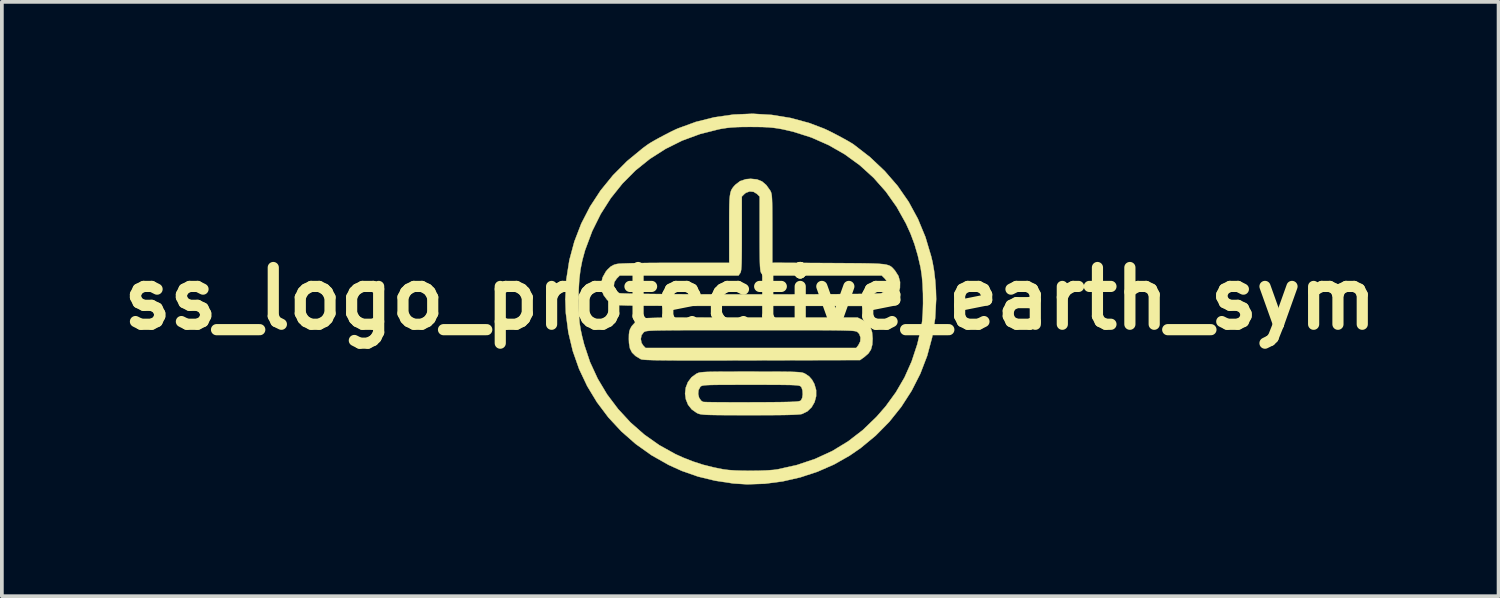
<source format=kicad_pcb>
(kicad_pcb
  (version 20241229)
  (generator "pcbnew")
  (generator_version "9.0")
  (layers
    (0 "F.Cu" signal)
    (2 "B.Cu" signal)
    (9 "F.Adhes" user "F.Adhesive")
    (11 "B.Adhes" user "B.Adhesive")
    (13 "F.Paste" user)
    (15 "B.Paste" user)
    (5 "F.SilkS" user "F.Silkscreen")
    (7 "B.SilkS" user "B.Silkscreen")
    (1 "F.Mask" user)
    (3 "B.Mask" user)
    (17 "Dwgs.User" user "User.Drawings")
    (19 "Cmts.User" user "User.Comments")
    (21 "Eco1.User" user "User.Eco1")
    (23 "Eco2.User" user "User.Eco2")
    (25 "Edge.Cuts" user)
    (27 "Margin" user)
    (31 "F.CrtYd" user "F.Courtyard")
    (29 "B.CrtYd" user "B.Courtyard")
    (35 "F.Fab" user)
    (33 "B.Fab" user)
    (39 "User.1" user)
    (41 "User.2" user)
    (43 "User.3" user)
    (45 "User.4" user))
  (footprint "ss_logo_protective_earth_sym"
    (layer "F.Cu")
    (at 17.098 4.969)
    (property "Reference" "ss_logo_protective_earth_sym" (at 0 0 0) (layer "F.SilkS") (effects (font (size 1.524 1.524) (thickness 0.3))))
    (attr through_hole)
    (fp_poly (pts (xy 3.008 0.569) (xy 3.137 0.65) (xy 3.224 0.759) (xy 3.272 0.901) (xy 3.287 1.074) (xy 3.277 1.241) (xy 3.242 1.369) (xy 3.175 1.472) (xy 3.07 1.564) (xy 3.066 1.567) (xy 2.949 1.651) (xy 0.042 1.658) (xy -0.435 1.659) (xy -0.859 1.66) (xy -1.233 1.66) (xy -1.56 1.66) (xy -1.842 1.66) (xy -2.084 1.659) (xy -2.289 1.657) (xy -2.459 1.655) (xy -2.597 1.653) (xy -2.708 1.649) (xy -2.793 1.646) (xy -2.856 1.641) (xy -2.9 1.636) (xy -2.929 1.63) (xy -2.942 1.625) (xy -3.081 1.54) (xy -3.174 1.449) (xy -3.23 1.338) (xy -3.255 1.196) (xy -3.259 1.087) (xy -3.259 1.084) (xy -2.939 1.084) (xy -2.92 1.187) (xy -2.874 1.261) (xy -2.812 1.326) (xy 2.846 1.326) (xy 2.905 1.252) (xy 2.955 1.152) (xy 2.963 1.046) (xy 2.93 0.951) (xy 2.889 0.905) (xy 2.876 0.896) (xy 2.861 0.887) (xy 2.841 0.88) (xy 2.812 0.873) (xy 2.771 0.868) (xy 2.714 0.863) (xy 2.638 0.859) (xy 2.54 0.856) (xy 2.417 0.853) (xy 2.265 0.851) (xy 2.08 0.849) (xy 1.86 0.848) (xy 1.6 0.848) (xy 1.299 0.847) (xy 0.951 0.847) (xy 0.555 0.847) (xy 0.106 0.847) (xy 0.014 0.847) (xy -0.445 0.847) (xy -0.851 0.847) (xy -1.208 0.847) (xy -1.518 0.847) (xy -1.785 0.848) (xy -2.013 0.849) (xy -2.204 0.851) (xy -2.362 0.853) (xy -2.491 0.855) (xy -2.593 0.858) (xy -2.673 0.862) (xy -2.733 0.867) (xy -2.777 0.872) (xy -2.808 0.878) (xy -2.83 0.886) (xy -2.845 0.894) (xy -2.858 0.903) (xy -2.861 0.905) (xy -2.919 0.983) (xy -2.939 1.084) (xy -3.259 1.084) (xy -3.257 0.966) (xy -3.247 0.883) (xy -3.225 0.817) (xy -3.187 0.749) (xy -3.181 0.739) (xy -3.079 0.625) (xy -2.974 0.563) (xy -2.951 0.554) (xy -2.926 0.546) (xy -2.895 0.539) (xy -2.855 0.533) (xy -2.801 0.528) (xy -2.731 0.523) (xy -2.641 0.52) (xy -2.529 0.517) (xy -2.39 0.514) (xy -2.221 0.512) (xy -2.019 0.511) (xy -1.78 0.51) (xy -1.502 0.509) (xy -1.18 0.508) (xy -0.811 0.508) (xy -0.392 0.508) (xy 0.017 0.508) (xy 2.879 0.508) (xy 3.008 0.569)) (stroke (width 0.01) (type solid)) (fill yes) (layer "F.SilkS"))
    (fp_poly (pts (xy 0.327 1.962) (xy 0.588 1.962) (xy 0.804 1.963) (xy 0.978 1.965) (xy 1.115 1.967) (xy 1.222 1.971) (xy 1.302 1.976) (xy 1.361 1.982) (xy 1.404 1.99) (xy 1.436 2) (xy 1.462 2.012) (xy 1.468 2.014) (xy 1.58 2.088) (xy 1.66 2.179) (xy 1.723 2.294) (xy 1.77 2.457) (xy 1.77 2.622) (xy 1.728 2.78) (xy 1.648 2.919) (xy 1.534 3.029) (xy 1.393 3.098) (xy 1.345 3.107) (xy 1.263 3.114) (xy 1.145 3.12) (xy 0.987 3.125) (xy 0.785 3.128) (xy 0.536 3.13) (xy 0.237 3.131) (xy -0.017 3.131) (xy -0.322 3.131) (xy -0.575 3.13) (xy -0.783 3.129) (xy -0.949 3.127) (xy -1.081 3.124) (xy -1.182 3.121) (xy -1.259 3.115) (xy -1.316 3.108) (xy -1.359 3.1) (xy -1.393 3.089) (xy -1.424 3.076) (xy -1.434 3.071) (xy -1.57 2.976) (xy -1.669 2.851) (xy -1.728 2.704) (xy -1.747 2.563) (xy -1.398 2.563) (xy -1.373 2.663) (xy -1.319 2.742) (xy -1.269 2.774) (xy -1.233 2.777) (xy -1.147 2.78) (xy -1.015 2.782) (xy -0.845 2.784) (xy -0.642 2.785) (xy -0.412 2.786) (xy -0.16 2.786) (xy 0.044 2.785) (xy 0.348 2.784) (xy 0.6 2.782) (xy 0.805 2.78) (xy 0.969 2.777) (xy 1.096 2.774) (xy 1.192 2.769) (xy 1.261 2.764) (xy 1.309 2.757) (xy 1.339 2.748) (xy 1.358 2.737) (xy 1.364 2.733) (xy 1.397 2.666) (xy 1.411 2.571) (xy 1.405 2.47) (xy 1.38 2.388) (xy 1.364 2.366) (xy 1.351 2.354) (xy 1.33 2.344) (xy 1.298 2.335) (xy 1.25 2.329) (xy 1.18 2.324) (xy 1.083 2.32) (xy 0.955 2.318) (xy 0.791 2.316) (xy 0.585 2.315) (xy 0.333 2.314) (xy 0.029 2.314) (xy 0.014 2.314) (xy -0.291 2.314) (xy -0.544 2.315) (xy -0.751 2.315) (xy -0.917 2.317) (xy -1.046 2.319) (xy -1.144 2.323) (xy -1.215 2.327) (xy -1.264 2.334) (xy -1.298 2.342) (xy -1.319 2.352) (xy -1.335 2.364) (xy -1.343 2.374) (xy -1.389 2.46) (xy -1.398 2.563) (xy -1.747 2.563) (xy -1.749 2.546) (xy -1.73 2.389) (xy -1.672 2.241) (xy -1.575 2.113) (xy -1.453 2.023) (xy -1.426 2.009) (xy -1.398 1.997) (xy -1.363 1.987) (xy -1.318 1.98) (xy -1.255 1.974) (xy -1.171 1.969) (xy -1.061 1.966) (xy -0.918 1.964) (xy -0.739 1.962) (xy -0.518 1.962) (xy -0.249 1.961) (xy 0.014 1.961) (xy 0.327 1.962)) (stroke (width 0.01) (type solid)) (fill yes) (layer "F.SilkS"))
    (fp_poly (pts (xy 0.181 -3.201) (xy 0.316 -3.147) (xy 0.431 -3.049) (xy 0.533 -2.907) (xy 0.549 -2.878) (xy 0.562 -2.846) (xy 0.572 -2.805) (xy 0.58 -2.749) (xy 0.585 -2.671) (xy 0.589 -2.566) (xy 0.591 -2.426) (xy 0.592 -2.245) (xy 0.593 -2.018) (xy 0.593 -1.885) (xy 0.593 -0.962) (xy 2.11 -0.954) (xy 2.451 -0.952) (xy 2.74 -0.95) (xy 2.982 -0.948) (xy 3.183 -0.945) (xy 3.345 -0.94) (xy 3.475 -0.933) (xy 3.577 -0.924) (xy 3.655 -0.911) (xy 3.715 -0.894) (xy 3.761 -0.874) (xy 3.798 -0.848) (xy 3.83 -0.817) (xy 3.863 -0.78) (xy 3.889 -0.75) (xy 3.981 -0.606) (xy 4.024 -0.447) (xy 4.021 -0.284) (xy 3.974 -0.127) (xy 3.884 0.012) (xy 3.753 0.123) (xy 3.736 0.134) (xy 3.627 0.197) (xy 0.014 0.196) (xy -0.512 0.196) (xy -0.985 0.195) (xy -1.407 0.195) (xy -1.781 0.195) (xy -2.111 0.194) (xy -2.399 0.193) (xy -2.649 0.192) (xy -2.863 0.191) (xy -3.044 0.189) (xy -3.195 0.186) (xy -3.319 0.184) (xy -3.42 0.18) (xy -3.499 0.177) (xy -3.56 0.172) (xy -3.607 0.167) (xy -3.641 0.162) (xy -3.666 0.156) (xy -3.685 0.149) (xy -3.697 0.143) (xy -3.839 0.038) (xy -3.938 -0.095) (xy -3.993 -0.247) (xy -3.998 -0.339) (xy -3.663 -0.339) (xy -3.625 -0.242) (xy -3.537 -0.159) (xy -3.514 -0.146) (xy -3.477 -0.141) (xy -3.389 -0.137) (xy -3.252 -0.133) (xy -3.072 -0.129) (xy -2.852 -0.126) (xy -2.596 -0.123) (xy -2.309 -0.12) (xy -1.995 -0.118) (xy -1.659 -0.116) (xy -1.303 -0.115) (xy -0.933 -0.113) (xy -0.553 -0.113) (xy -0.167 -0.112) (xy 0.221 -0.112) (xy 0.607 -0.112) (xy 0.986 -0.113) (xy 1.354 -0.114) (xy 1.708 -0.115) (xy 2.042 -0.117) (xy 2.353 -0.119) (xy 2.636 -0.122) (xy 2.888 -0.124) (xy 3.104 -0.128) (xy 3.279 -0.131) (xy 3.411 -0.135) (xy 3.493 -0.139) (xy 3.522 -0.143) (xy 3.622 -0.203) (xy 3.68 -0.289) (xy 3.691 -0.389) (xy 3.654 -0.49) (xy 3.615 -0.538) (xy 3.532 -0.621) (xy 0.342 -0.621) (xy 0.298 -0.684) (xy 0.286 -0.707) (xy 0.277 -0.744) (xy 0.269 -0.799) (xy 0.263 -0.879) (xy 0.259 -0.989) (xy 0.257 -1.135) (xy 0.255 -1.322) (xy 0.254 -1.557) (xy 0.254 -1.743) (xy 0.254 -2.74) (xy 0.185 -2.809) (xy 0.09 -2.868) (xy -0.016 -2.878) (xy -0.118 -2.841) (xy -0.157 -2.809) (xy -0.226 -2.74) (xy -0.226 -1.743) (xy -0.226 -1.474) (xy -0.227 -1.256) (xy -0.229 -1.083) (xy -0.232 -0.949) (xy -0.237 -0.85) (xy -0.243 -0.778) (xy -0.251 -0.73) (xy -0.261 -0.698) (xy -0.27 -0.684) (xy -0.314 -0.621) (xy -3.504 -0.621) (xy -3.586 -0.538) (xy -3.651 -0.441) (xy -3.663 -0.339) (xy -3.998 -0.339) (xy -4.002 -0.409) (xy -3.963 -0.572) (xy -3.876 -0.727) (xy -3.834 -0.777) (xy -3.746 -0.86) (xy -3.658 -0.908) (xy -3.581 -0.929) (xy -3.516 -0.937) (xy -3.397 -0.943) (xy -3.226 -0.949) (xy -3.005 -0.953) (xy -2.738 -0.957) (xy -2.426 -0.959) (xy -2.072 -0.96) (xy -2.002 -0.96) (xy -0.564 -0.96) (xy -0.564 -1.878) (xy -0.564 -2.142) (xy -0.563 -2.356) (xy -0.56 -2.527) (xy -0.555 -2.66) (xy -0.545 -2.763) (xy -0.531 -2.842) (xy -0.512 -2.903) (xy -0.486 -2.952) (xy -0.454 -2.997) (xy -0.412 -3.043) (xy -0.399 -3.057) (xy -0.272 -3.155) (xy -0.114 -3.207) (xy 0.014 -3.217) (xy 0.181 -3.201)) (stroke (width 0.01) (type solid)) (fill yes) (layer "F.SilkS"))
    (fp_poly (pts (xy 0.579 -4.933) (xy 1.088 -4.85) (xy 1.585 -4.715) (xy 1.976 -4.567) (xy 2.082 -4.519) (xy 2.214 -4.453) (xy 2.36 -4.377) (xy 2.505 -4.299) (xy 2.634 -4.227) (xy 2.735 -4.167) (xy 2.775 -4.141) (xy 3.218 -3.798) (xy 3.611 -3.427) (xy 3.957 -3.028) (xy 4.254 -2.6) (xy 4.503 -2.142) (xy 4.705 -1.654) (xy 4.86 -1.134) (xy 4.898 -0.974) (xy 4.937 -0.751) (xy 4.968 -0.494) (xy 4.987 -0.226) (xy 4.994 0.014) (xy 4.966 0.535) (xy 4.884 1.046) (xy 4.751 1.541) (xy 4.567 2.019) (xy 4.335 2.475) (xy 4.057 2.906) (xy 3.735 3.309) (xy 3.37 3.679) (xy 2.966 4.013) (xy 2.667 4.219) (xy 2.254 4.453) (xy 1.811 4.647) (xy 1.347 4.8) (xy 0.871 4.909) (xy 0.392 4.972) (xy -0.081 4.988) (xy -0.452 4.965) (xy -0.944 4.89) (xy -1.402 4.779) (xy -1.837 4.627) (xy -2.191 4.467) (xy -2.65 4.207) (xy -3.075 3.905) (xy -3.462 3.565) (xy -3.81 3.19) (xy -4.116 2.783) (xy -4.379 2.348) (xy -4.596 1.889) (xy -4.765 1.408) (xy -4.884 0.909) (xy -4.951 0.396) (xy -4.965 0.014) (xy -4.611 0.014) (xy -4.608 0.26) (xy -4.599 0.466) (xy -4.583 0.649) (xy -4.556 0.824) (xy -4.517 1.007) (xy -4.464 1.216) (xy -4.457 1.242) (xy -4.302 1.706) (xy -4.097 2.15) (xy -3.845 2.572) (xy -3.549 2.965) (xy -3.215 3.327) (xy -2.845 3.652) (xy -2.443 3.936) (xy -2.013 4.175) (xy -1.806 4.269) (xy -1.533 4.376) (xy -1.265 4.463) (xy -0.98 4.534) (xy -0.726 4.585) (xy -0.588 4.603) (xy -0.409 4.616) (xy -0.201 4.623) (xy 0.02 4.625) (xy 0.241 4.622) (xy 0.447 4.614) (xy 0.623 4.601) (xy 0.738 4.585) (xy 1.257 4.469) (xy 1.744 4.305) (xy 2.201 4.095) (xy 2.627 3.836) (xy 3.024 3.53) (xy 3.392 3.175) (xy 3.638 2.893) (xy 3.913 2.515) (xy 4.145 2.116) (xy 4.335 1.689) (xy 4.487 1.228) (xy 4.59 0.79) (xy 4.618 0.604) (xy 4.635 0.378) (xy 4.642 0.127) (xy 4.64 -0.134) (xy 4.629 -0.389) (xy 4.608 -0.623) (xy 4.578 -0.821) (xy 4.576 -0.833) (xy 4.499 -1.165) (xy 4.412 -1.461) (xy 4.308 -1.74) (xy 4.182 -2.018) (xy 3.934 -2.462) (xy 3.643 -2.873) (xy 3.312 -3.246) (xy 2.943 -3.581) (xy 2.54 -3.874) (xy 2.105 -4.123) (xy 1.643 -4.327) (xy 1.156 -4.482) (xy 0.87 -4.548) (xy 0.736 -4.572) (xy 0.61 -4.589) (xy 0.478 -4.601) (xy 0.325 -4.608) (xy 0.137 -4.61) (xy 0.014 -4.611) (xy -0.199 -4.61) (xy -0.369 -4.605) (xy -0.511 -4.596) (xy -0.639 -4.582) (xy -0.766 -4.562) (xy -0.841 -4.548) (xy -1.347 -4.42) (xy -1.826 -4.244) (xy -2.276 -4.02) (xy -2.695 -3.752) (xy -3.081 -3.442) (xy -3.431 -3.09) (xy -3.743 -2.7) (xy -4.015 -2.273) (xy -4.244 -1.812) (xy -4.429 -1.317) (xy -4.44 -1.284) (xy -4.509 -1.031) (xy -4.559 -0.78) (xy -4.591 -0.514) (xy -4.608 -0.219) (xy -4.611 0.014) (xy -4.965 0.014) (xy -4.938 -0.517) (xy -4.857 -1.033) (xy -4.723 -1.532) (xy -4.538 -2.012) (xy -4.302 -2.47) (xy -4.018 -2.904) (xy -3.685 -3.313) (xy -3.306 -3.693) (xy -2.881 -4.043) (xy -2.746 -4.141) (xy -2.669 -4.19) (xy -2.555 -4.256) (xy -2.417 -4.332) (xy -2.27 -4.409) (xy -2.128 -4.482) (xy -2.005 -4.541) (xy -1.947 -4.567) (xy -1.464 -4.744) (xy -0.963 -4.869) (xy -0.453 -4.942) (xy 0.063 -4.964) (xy 0.579 -4.933)) (stroke (width 0.01) (type solid)) (fill yes) (layer "F.SilkS")))
  (gr_rect
    (start -3 -3)
    (end 37.196 12.962)
    (stroke (width 0.1) (type default))
    (fill no)
    (layer "Edge.Cuts")))
</source>
